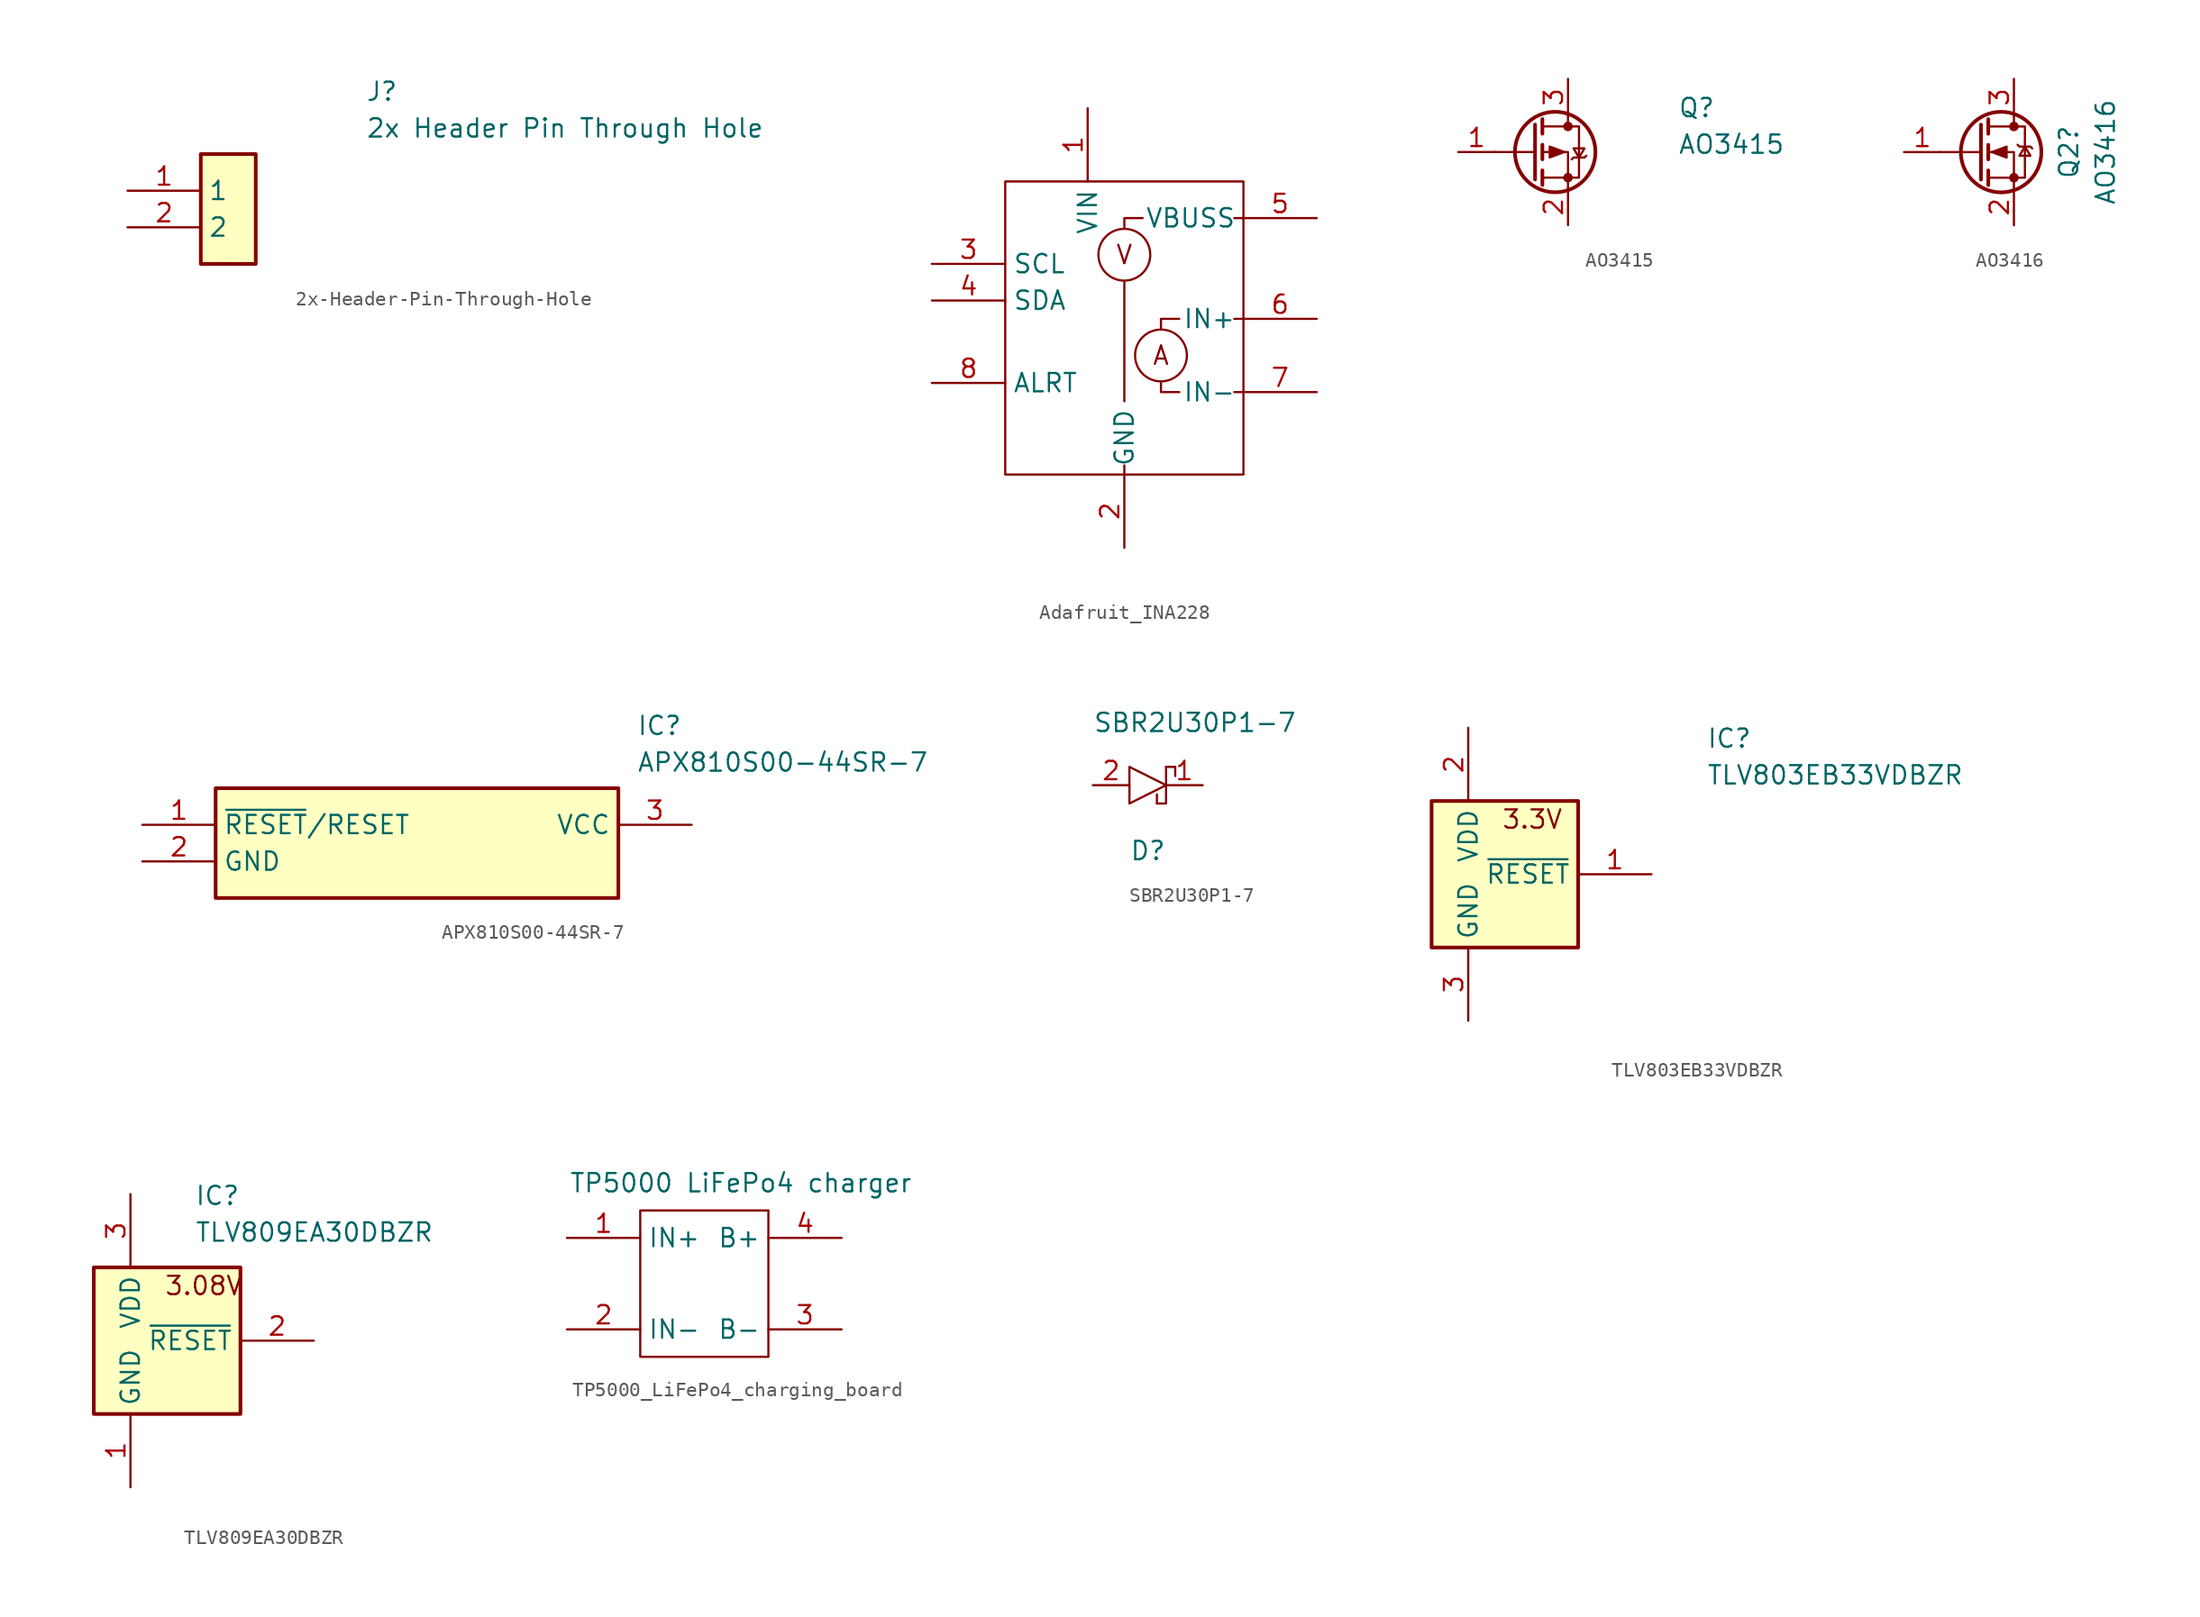
<source format=kicad_sym>
(kicad_symbol_lib
  (version 20241209)
  (generator "kicad_symbol_editor")
  (generator_version "9.0")
  (symbol "2x-Header-Pin-Through-Hole"
    (property "Reference" "J"
      (at 16.51 7.62 0)
      (effects (font (size 1.27 1.27)) (justify left top)))
    (property "Value" "2x Header Pin Through Hole"
      (at 16.51 5.08 0)
      (effects (font (size 1.27 1.27)) (justify left top)))
    (symbol "2x-Header-Pin-Through-Hole_1_1"
      (rectangle (start 5.08 2.54) (end 8.89 -5.08) (stroke (width 0.254) (type default)) (fill (type background)))
      (pin passive line (at 0 0 0) (length 5.08) (name "1" (effects (font (size 1.27 1.27)))) (number "1" (effects (font (size 1.27 1.27)))))
      (pin passive line (at 0 -2.54 0) (length 5.08) (name "2" (effects (font (size 1.27 1.27)))) (number "2" (effects (font (size 1.27 1.27)))))))
  (symbol "Adafruit_INA228"
    (property "Reference" "U"
      (at 2.54 12.065 0)
      (effects (font (size 1.27 1.27)) (hide yes)))
    (property "Value" ""
      (at 0 0 0)
      (effects (font (size 1.27 1.27))))
    (symbol "Adafruit_INA228_0_1"
      (rectangle (start -5.715 10.16) (end 10.795 -10.16) (stroke (width 0) (type default)) (fill (type none)))
      (circle (center 2.54 5.08) (radius 1.796) (stroke (width 0) (type default)) (fill (type none)))
      (polyline (pts (xy 2.54 3.175) (xy 2.54 -5.08)) (stroke (width 0) (type default)) (fill (type none)))
      (polyline (pts (xy 2.54 -10.16) (xy 2.54 -9.525)) (stroke (width 0) (type default)) (fill (type none)))
      (polyline (pts (xy 3.81 7.62) (xy 2.54 7.62) (xy 2.54 6.985)) (stroke (width 0) (type default)) (fill (type none)))
      (circle (center 5.08 -1.905) (radius 1.796) (stroke (width 0) (type default)) (fill (type none)))
      (polyline (pts (xy 5.08 -3.81) (xy 5.08 -4.445) (xy 6.35 -4.445)) (stroke (width 0) (type default)) (fill (type none)))
      (polyline (pts (xy 6.35 0.635) (xy 5.08 0.635) (xy 5.08 0)) (stroke (width 0) (type default)) (fill (type none)))
      (polyline (pts (xy 10.16 7.62) (xy 10.795 7.62)) (stroke (width 0) (type default)) (fill (type none)))
      (polyline (pts (xy 10.16 0.635) (xy 10.795 0.635)) (stroke (width 0) (type default)) (fill (type none)))
      (polyline (pts (xy 10.16 -4.445) (xy 10.795 -4.445)) (stroke (width 0) (type default)) (fill (type none))))
    (symbol "Adafruit_INA228_1_1"
      (text "V" (at 2.54 5.08 0) (effects (font (size 1.27 1.27))))
      (text "A" (at 5.08 -1.905 0) (effects (font (size 1.27 1.27))))
      (pin passive line (at -10.795 4.445 0) (length 5.08) (name "SCL" (effects (font (size 1.27 1.27)))) (number "3" (effects (font (size 1.27 1.27)))))
      (pin passive line (at -10.795 1.905 0) (length 5.08) (name "SDA" (effects (font (size 1.27 1.27)))) (number "4" (effects (font (size 1.27 1.27)))))
      (pin output line (at -10.795 -3.81 0) (length 5.08) (name "ALRT" (effects (font (size 1.27 1.27)))) (number "8" (effects (font (size 1.27 1.27)))))
      (pin input line (at 0 15.24 270) (length 5.08) (name "VIN" (effects (font (size 1.27 1.27)))) (number "1" (effects (font (size 1.27 1.27)))))
      (pin input line (at 2.54 -15.24 90) (length 5.08) (name "GND" (effects (font (size 1.27 1.27)))) (number "2" (effects (font (size 1.27 1.27)))))
      (pin input line (at 15.875 7.62 180) (length 5.08) (name "VBUSS" (effects (font (size 1.27 1.27)))) (number "5" (effects (font (size 1.27 1.27)))))
      (pin input line (at 15.875 0.635 180) (length 5.08) (name "IN+" (effects (font (size 1.27 1.27)))) (number "6" (effects (font (size 1.27 1.27)))))
      (pin input line (at 15.875 -4.445 180) (length 5.08) (name "IN-" (effects (font (size 1.27 1.27)))) (number "7" (effects (font (size 1.27 1.27)))))))
  (symbol "AO3415"
    (pin_names
      (hide yes))
    (property "Reference" "Q"
      (at 11.43 3.81 0)
      (effects (font (size 1.27 1.27)) (justify left top)))
    (property "Value" "AO3415"
      (at 11.43 1.27 0)
      (effects (font (size 1.27 1.27)) (justify left top)))
    (symbol "AO3415_0_1"
      (polyline (pts (xy 1.524 1.905) (xy 1.524 -1.905)) (stroke (width 0.254) (type default)) (fill (type none)))
      (polyline (pts (xy 1.524 0) (xy -1.27 0)) (stroke (width 0) (type default)) (fill (type none)))
      (polyline (pts (xy 2.032 2.286) (xy 2.032 1.27)) (stroke (width 0.254) (type default)) (fill (type none)))
      (polyline (pts (xy 2.032 1.778) (xy 4.572 1.778) (xy 4.572 -1.778) (xy 2.032 -1.778)) (stroke (width 0) (type default)) (fill (type none)))
      (polyline (pts (xy 2.032 0.508) (xy 2.032 -0.508)) (stroke (width 0.254) (type default)) (fill (type none)))
      (polyline (pts (xy 2.032 -1.27) (xy 2.032 -2.286)) (stroke (width 0.254) (type default)) (fill (type none)))
      (circle (center 2.921 0) (radius 2.794) (stroke (width 0.254) (type default)) (fill (type none)))
      (polyline (pts (xy 3.556 0) (xy 2.54 0.381) (xy 2.54 -0.381) (xy 3.556 0)) (stroke (width 0) (type default)) (fill (type outline)))
      (polyline (pts (xy 3.81 2.54) (xy 3.81 1.778)) (stroke (width 0) (type default)) (fill (type none)))
      (circle (center 3.81 1.778) (radius 0.254) (stroke (width 0) (type default)) (fill (type outline)))
      (circle (center 3.81 -1.778) (radius 0.254) (stroke (width 0) (type default)) (fill (type outline)))
      (polyline (pts (xy 3.81 -2.54) (xy 3.81 0) (xy 2.032 0)) (stroke (width 0) (type default)) (fill (type none)))
      (polyline (pts (xy 4.064 -0.508) (xy 4.191 -0.381) (xy 4.953 -0.381) (xy 5.08 -0.254)) (stroke (width 0) (type default)) (fill (type none)))
      (polyline (pts (xy 4.572 -0.381) (xy 4.191 0.254) (xy 4.953 0.254) (xy 4.572 -0.381)) (stroke (width 0) (type default)) (fill (type none))))
    (symbol "AO3415_1_1"
      (pin input line (at -3.81 0 0) (length 2.54) (name "G" (effects (font (size 1.27 1.27)))) (number "1" (effects (font (size 1.27 1.27)))))
      (pin passive line (at 3.81 5.08 270) (length 2.54) (name "D" (effects (font (size 1.27 1.27)))) (number "3" (effects (font (size 1.27 1.27)))))
      (pin passive line (at 3.81 -5.08 90) (length 2.54) (name "S" (effects (font (size 1.27 1.27)))) (number "2" (effects (font (size 1.27 1.27)))))))
  (symbol "AO3416"
    (pin_names
      (hide yes))
    (property "Reference" "Q2"
      (at 6.35 0 90)
      (effects (font (size 1.27 1.27))))
    (property "Value" "AO3416"
      (at 8.89 0 90)
      (effects (font (size 1.27 1.27))))
    (symbol "AO3416_0_1"
      (polyline (pts (xy 0.254 1.905) (xy 0.254 -1.905)) (stroke (width 0.254) (type default)) (fill (type none)))
      (polyline (pts (xy 0.254 0) (xy -2.54 0)) (stroke (width 0) (type default)) (fill (type none)))
      (polyline (pts (xy 0.762 2.286) (xy 0.762 1.27)) (stroke (width 0.254) (type default)) (fill (type none)))
      (polyline (pts (xy 0.762 0.508) (xy 0.762 -0.508)) (stroke (width 0.254) (type default)) (fill (type none)))
      (polyline (pts (xy 0.762 -1.27) (xy 0.762 -2.286)) (stroke (width 0.254) (type default)) (fill (type none)))
      (polyline (pts (xy 0.762 -1.778) (xy 3.302 -1.778) (xy 3.302 1.778) (xy 0.762 1.778)) (stroke (width 0) (type default)) (fill (type none)))
      (polyline (pts (xy 1.016 0) (xy 2.032 0.381) (xy 2.032 -0.381) (xy 1.016 0)) (stroke (width 0) (type default)) (fill (type outline)))
      (circle (center 1.651 0) (radius 2.794) (stroke (width 0.254) (type default)) (fill (type none)))
      (polyline (pts (xy 2.54 2.54) (xy 2.54 1.778)) (stroke (width 0) (type default)) (fill (type none)))
      (circle (center 2.54 1.778) (radius 0.254) (stroke (width 0) (type default)) (fill (type outline)))
      (circle (center 2.54 -1.778) (radius 0.254) (stroke (width 0) (type default)) (fill (type outline)))
      (polyline (pts (xy 2.54 -2.54) (xy 2.54 0) (xy 0.762 0)) (stroke (width 0) (type default)) (fill (type none)))
      (polyline (pts (xy 2.794 0.508) (xy 2.921 0.381) (xy 3.683 0.381) (xy 3.81 0.254)) (stroke (width 0) (type default)) (fill (type none)))
      (polyline (pts (xy 3.302 0.381) (xy 2.921 -0.254) (xy 3.683 -0.254) (xy 3.302 0.381)) (stroke (width 0) (type default)) (fill (type none))))
    (symbol "AO3416_1_1"
      (pin input line (at -5.08 0 0) (length 2.54) (name "G" (effects (font (size 1.27 1.27)))) (number "1" (effects (font (size 1.27 1.27)))))
      (pin passive line (at 2.54 5.08 270) (length 2.54) (name "D" (effects (font (size 1.27 1.27)))) (number "3" (effects (font (size 1.27 1.27)))))
      (pin passive line (at 2.54 -5.08 90) (length 2.54) (name "S" (effects (font (size 1.27 1.27)))) (number "2" (effects (font (size 1.27 1.27)))))))
  (symbol "APX810S00-44SR-7"
    (property "Reference" "IC"
      (at 34.29 7.62 0)
      (effects (font (size 1.27 1.27)) (justify left top)))
    (property "Value" "APX810S00-44SR-7"
      (at 34.29 5.08 0)
      (effects (font (size 1.27 1.27)) (justify left top)))
    (symbol "APX810S00-44SR-7_1_1"
      (rectangle (start 5.08 2.54) (end 33.02 -5.08) (stroke (width 0.254) (type default)) (fill (type background)))
      (pin passive line (at 0 0 0) (length 5.08) (name "~{RESET}/RESET" (effects (font (size 1.27 1.27)))) (number "1" (effects (font (size 1.27 1.27)))))
      (pin passive line (at 0 -2.54 0) (length 5.08) (name "GND" (effects (font (size 1.27 1.27)))) (number "2" (effects (font (size 1.27 1.27)))))
      (pin passive line (at 38.1 0 180) (length 5.08) (name "VCC" (effects (font (size 1.27 1.27)))) (number "3" (effects (font (size 1.27 1.27)))))))
  (symbol "SBR2U30P1-7"
    (pin_names
      (hide yes))
    (property "Reference" "D"
      (at 5.08 -3.81 0)
      (effects (font (size 1.27 1.27)) (justify left top)))
    (property "Value" "SBR2U30P1-7"
      (at 2.54 5.08 0)
      (effects (font (size 1.27 1.27)) (justify left top)))
    (symbol "SBR2U30P1-7_0_1"
      (polyline (pts (xy 5.08 1.27) (xy 5.08 -1.27) (xy 7.62 0) (xy 5.08 1.27)) (stroke (width 0) (type default)) (fill (type none)))
      (polyline (pts (xy 6.985 -1.27) (xy 6.985 -0.635)) (stroke (width 0) (type default)) (fill (type none)))
      (polyline (pts (xy 7.62 1.27) (xy 8.255 1.27)) (stroke (width 0) (type default)) (fill (type none)))
      (polyline (pts (xy 7.62 1.27) (xy 7.62 -1.27) (xy 6.985 -1.27)) (stroke (width 0) (type default)) (fill (type none)))
      (polyline (pts (xy 8.255 1.27) (xy 8.255 0.635)) (stroke (width 0) (type default)) (fill (type none))))
    (symbol "SBR2U30P1-7_1_1"
      (pin passive line (at 2.54 0 0) (length 2.54) (name "A" (effects (font (size 1.27 1.27)))) (number "2" (effects (font (size 1.27 1.27)))))
      (pin passive line (at 10.16 0 180) (length 2.54) (name "K" (effects (font (size 1.27 1.27)))) (number "1" (effects (font (size 1.27 1.27)))))))
  (symbol "TLV803EB33VDBZR"
    (property "Reference" "IC"
      (at 26.67 7.62 0)
      (effects (font (size 1.27 1.27)) (justify left top)))
    (property "Value" "TLV803EB33VDBZR"
      (at 26.67 5.08 0)
      (effects (font (size 1.27 1.27)) (justify left top)))
    (symbol "TLV803EB33VDBZR_1_1"
      (rectangle (start 7.62 2.54) (end 17.78 -7.62) (stroke (width 0.254) (type default)) (fill (type background)))
      (text "3.3V" (at 14.605 1.27 0) (effects (font (size 1.27 1.27))))
      (pin passive line (at 10.16 7.62 270) (length 5.08) (name "VDD" (effects (font (size 1.27 1.27)))) (number "2" (effects (font (size 1.27 1.27)))))
      (pin passive line (at 10.16 -12.7 90) (length 5.08) (name "GND" (effects (font (size 1.27 1.27)))) (number "3" (effects (font (size 1.27 1.27)))))
      (pin passive line (at 22.86 -2.54 180) (length 5.08) (name "~{RESET}" (effects (font (size 1.27 1.27)))) (number "1" (effects (font (size 1.27 1.27)))))))
  (symbol "TLV809EA30DBZR"
    (property "Reference" "IC"
      (at 19.685 8.255 0)
      (effects (font (size 1.27 1.27)) (justify left top)))
    (property "Value" "TLV809EA30DBZR"
      (at 19.685 5.715 0)
      (effects (font (size 1.27 1.27)) (justify left top)))
    (symbol "TLV809EA30DBZR_1_1"
      (rectangle (start 12.7 2.54) (end 22.86 -7.62) (stroke (width 0.254) (type default)) (fill (type background)))
      (text "3.08V" (at 20.32 1.27 0) (effects (font (size 1.27 1.27))))
      (pin passive line (at 15.24 7.62 270) (length 5.08) (name "VDD" (effects (font (size 1.27 1.27)))) (number "3" (effects (font (size 1.27 1.27)))))
      (pin passive line (at 15.24 -12.7 90) (length 5.08) (name "GND" (effects (font (size 1.27 1.27)))) (number "1" (effects (font (size 1.27 1.27)))))
      (pin passive line (at 27.94 -2.54 180) (length 5.08) (name "~{RESET}" (effects (font (size 1.27 1.27)))) (number "2" (effects (font (size 1.27 1.27)))))))
  (symbol "TP5000_LiFePo4_charging_board"
    (property "Reference" "U"
      (at -5.08 4.445 0)
      (effects (font (size 1.27 1.27)) (hide yes)))
    (property "Value" "TP5000 LiFePo4 charger"
      (at -0.635 10.16 0)
      (effects (font (size 1.27 1.27))))
    (symbol "TP5000_LiFePo4_charging_board_0_1"
      (rectangle (start -7.62 8.255) (end 1.27 -1.905) (stroke (width 0) (type default)) (fill (type none))))
    (symbol "TP5000_LiFePo4_charging_board_1_1"
      (pin input line (at -12.7 6.35 0) (length 5.08) (name "IN+" (effects (font (size 1.27 1.27)))) (number "1" (effects (font (size 1.27 1.27)))))
      (pin input line (at -12.7 0 0) (length 5.08) (name "IN-" (effects (font (size 1.27 1.27)))) (number "2" (effects (font (size 1.27 1.27)))))
      (pin output line (at 6.35 6.35 180) (length 5.08) (name "B+" (effects (font (size 1.27 1.27)))) (number "4" (effects (font (size 1.27 1.27)))))
      (pin output line (at 6.35 0 180) (length 5.08) (name "B-" (effects (font (size 1.27 1.27)))) (number "3" (effects (font (size 1.27 1.27))))))))
</source>
